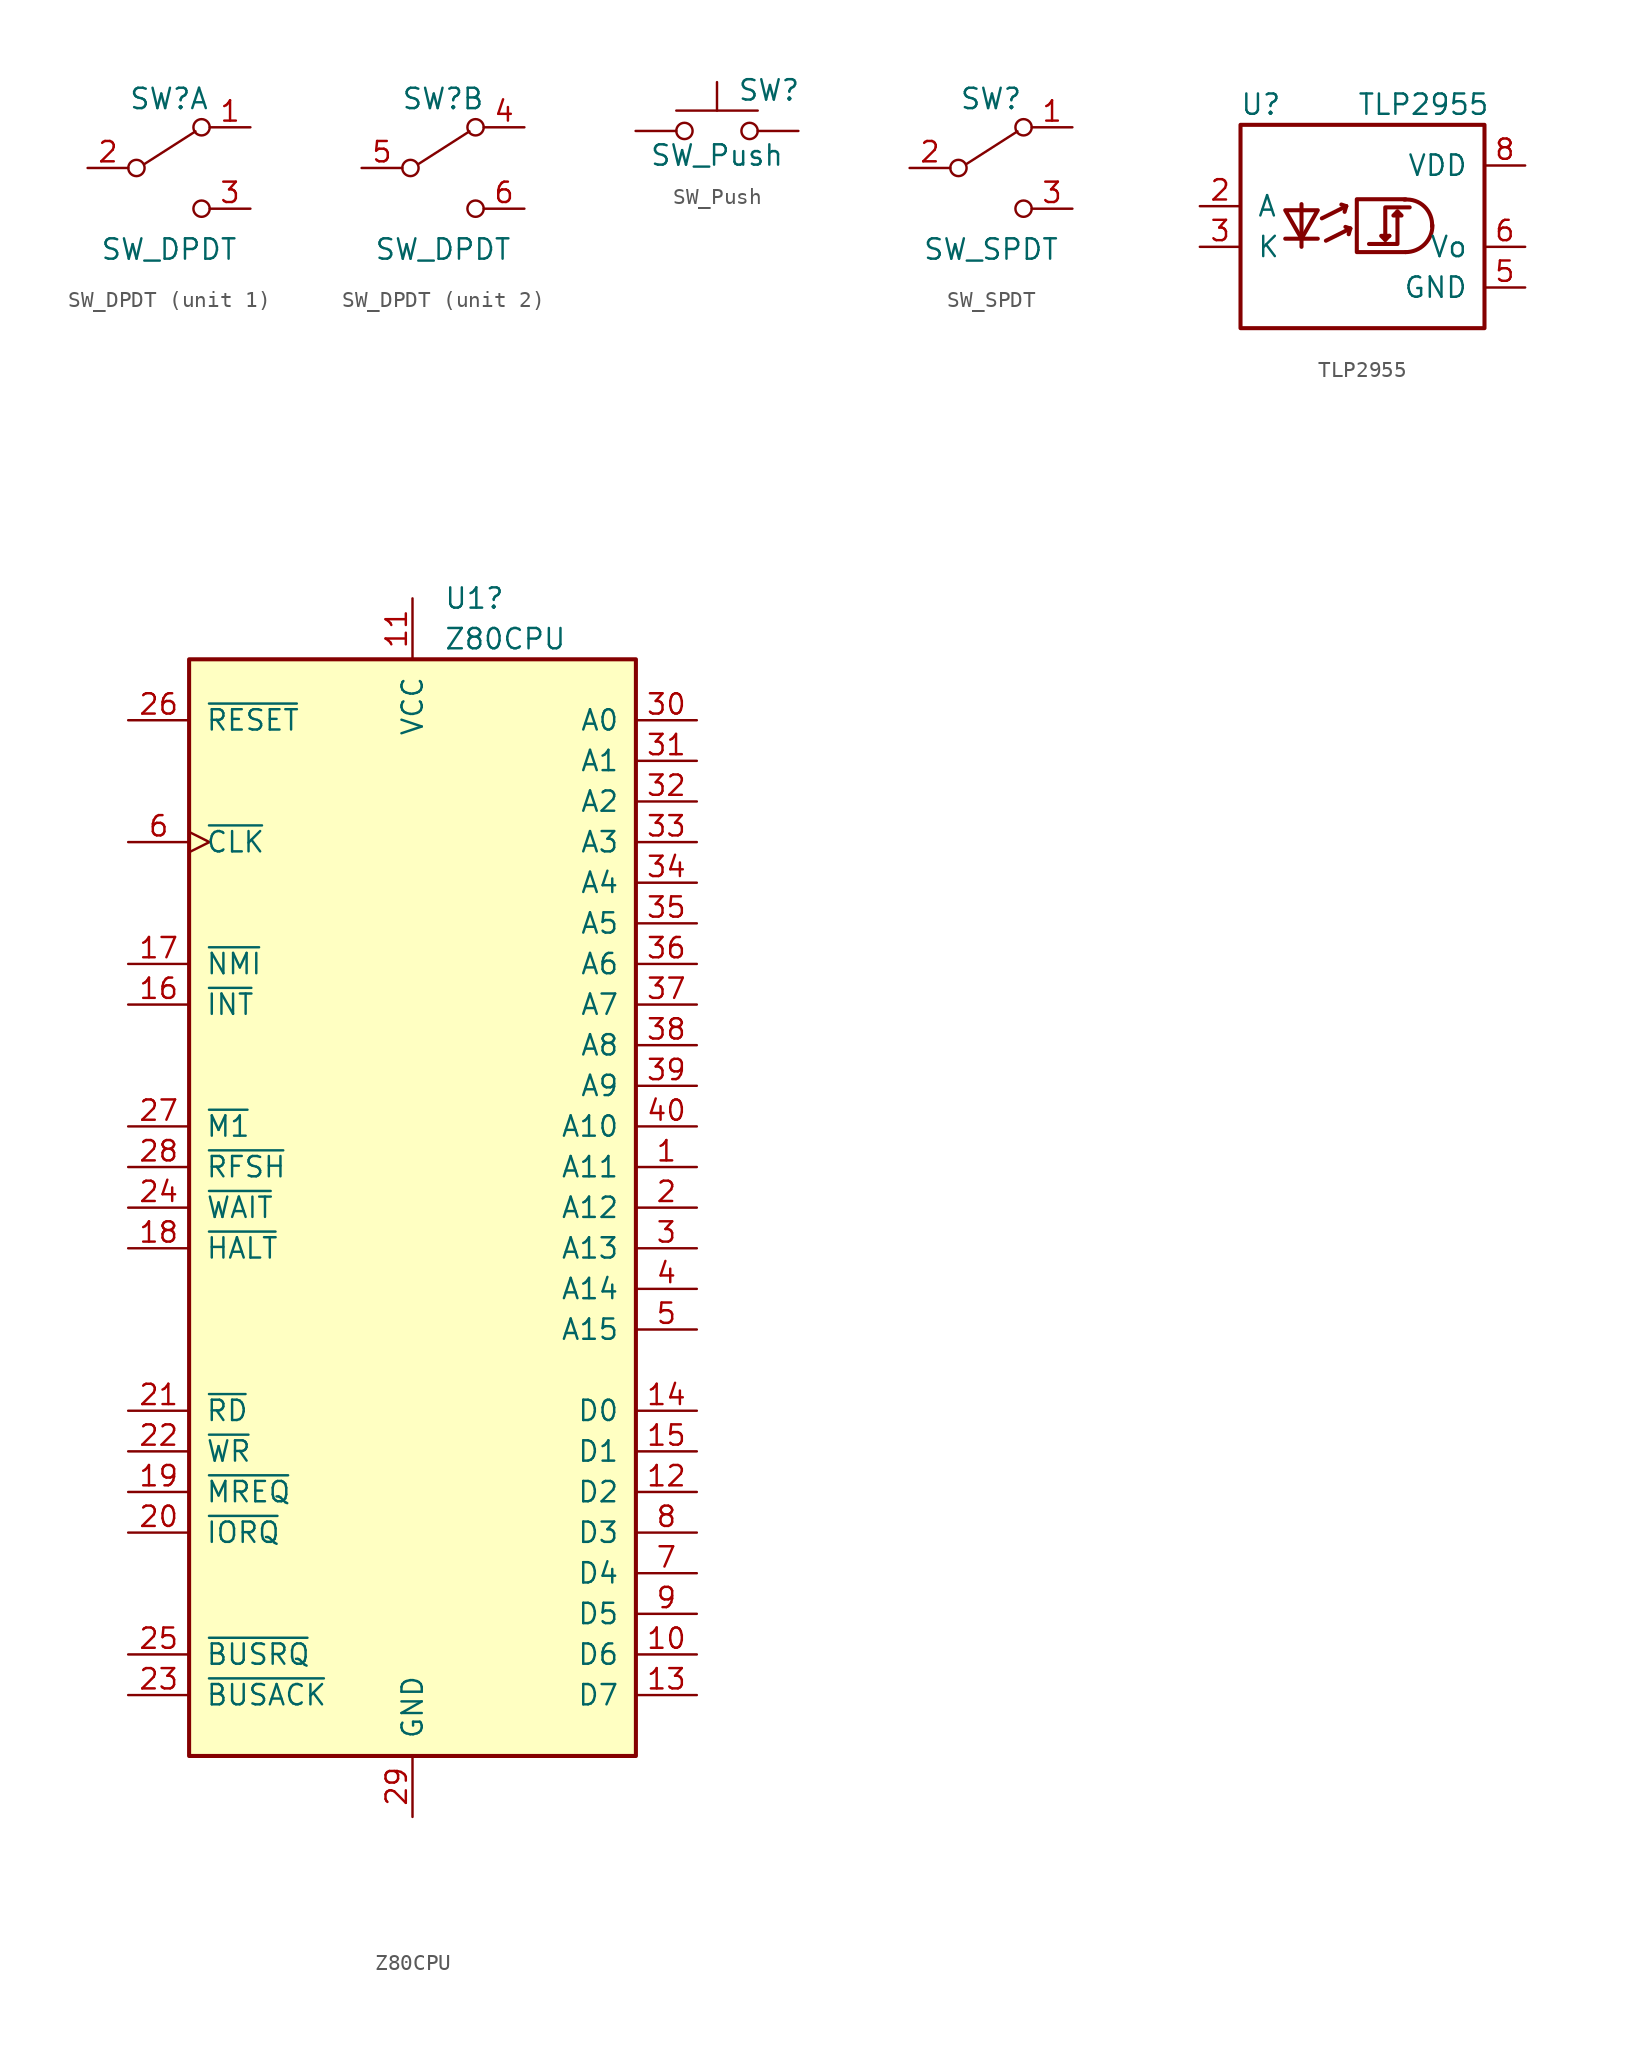
<source format=kicad_sym>
(kicad_symbol_lib
  (version 20241209)
  (generator "kicad_symbol_editor")
  (generator_version "9.0")
  (symbol "SW_DPDT"
    (pin_names
      (offset 0)
      (hide yes))
    (property "Reference" "SW"
      (at 0 4.318 0)
      (effects (font (size 1.27 1.27))))
    (property "Value" "SW_DPDT"
      (at 0 -5.08 0)
      (effects (font (size 1.27 1.27))))
    (symbol "SW_DPDT_0_0"
      (circle (center -2.032 0) (radius 0.508) (stroke (width 0) (type default)) (fill (type none)))
      (circle (center 2.032 -2.54) (radius 0.508) (stroke (width 0) (type default)) (fill (type none))))
    (symbol "SW_DPDT_0_1"
      (polyline (pts (xy -1.524 0.254) (xy 1.651 2.286)) (stroke (width 0) (type default)) (fill (type none)))
      (circle (center 2.032 2.54) (radius 0.508) (stroke (width 0) (type default)) (fill (type none))))
    (symbol "SW_DPDT_1_1"
      (pin passive line (at -5.08 0 0) (length 2.54) (name "B" (effects (font (size 1.27 1.27)))) (number "2" (effects (font (size 1.27 1.27)))))
      (pin passive line (at 5.08 2.54 180) (length 2.54) (name "A" (effects (font (size 1.27 1.27)))) (number "1" (effects (font (size 1.27 1.27)))))
      (pin passive line (at 5.08 -2.54 180) (length 2.54) (name "C" (effects (font (size 1.27 1.27)))) (number "3" (effects (font (size 1.27 1.27))))))
    (symbol "SW_DPDT_2_1"
      (pin passive line (at -5.08 0 0) (length 2.54) (name "B" (effects (font (size 1.27 1.27)))) (number "5" (effects (font (size 1.27 1.27)))))
      (pin passive line (at 5.08 2.54 180) (length 2.54) (name "A" (effects (font (size 1.27 1.27)))) (number "4" (effects (font (size 1.27 1.27)))))
      (pin passive line (at 5.08 -2.54 180) (length 2.54) (name "C" (effects (font (size 1.27 1.27)))) (number "6" (effects (font (size 1.27 1.27)))))))
  (symbol "SW_Push"
    (pin_numbers
      (hide yes))
    (pin_names
      (offset 1.016)
      (hide yes))
    (property "Reference" "SW"
      (at 1.27 2.54 0)
      (effects (font (size 1.27 1.27)) (justify left)))
    (property "Value" "SW_Push"
      (at 0 -1.524 0)
      (effects (font (size 1.27 1.27))))
    (symbol "SW_Push_0_1"
      (circle (center -2.032 0) (radius 0.508) (stroke (width 0) (type default)) (fill (type none)))
      (polyline (pts (xy 0 1.27) (xy 0 3.048)) (stroke (width 0) (type default)) (fill (type none)))
      (circle (center 2.032 0) (radius 0.508) (stroke (width 0) (type default)) (fill (type none)))
      (polyline (pts (xy 2.54 1.27) (xy -2.54 1.27)) (stroke (width 0) (type default)) (fill (type none)))
      (pin passive line (at -5.08 0 0) (length 2.54) (name "1" (effects (font (size 1.27 1.27)))) (number "1" (effects (font (size 1.27 1.27)))))
      (pin passive line (at 5.08 0 180) (length 2.54) (name "2" (effects (font (size 1.27 1.27)))) (number "2" (effects (font (size 1.27 1.27)))))))
  (symbol "SW_SPDT"
    (pin_names
      (offset 0)
      (hide yes))
    (property "Reference" "SW"
      (at 0 4.318 0)
      (effects (font (size 1.27 1.27))))
    (property "Value" "SW_SPDT"
      (at 0 -5.08 0)
      (effects (font (size 1.27 1.27))))
    (symbol "SW_SPDT_0_0"
      (circle (center -2.032 0) (radius 0.508) (stroke (width 0) (type default)) (fill (type none)))
      (circle (center 2.032 -2.54) (radius 0.508) (stroke (width 0) (type default)) (fill (type none))))
    (symbol "SW_SPDT_0_1"
      (polyline (pts (xy -1.524 0.254) (xy 1.651 2.286)) (stroke (width 0) (type default)) (fill (type none)))
      (circle (center 2.032 2.54) (radius 0.508) (stroke (width 0) (type default)) (fill (type none))))
    (symbol "SW_SPDT_1_1"
      (pin passive line (at -5.08 0 0) (length 2.54) (name "B" (effects (font (size 1.27 1.27)))) (number "2" (effects (font (size 1.27 1.27)))))
      (pin passive line (at 5.08 2.54 180) (length 2.54) (name "A" (effects (font (size 1.27 1.27)))) (number "1" (effects (font (size 1.27 1.27)))))
      (pin passive line (at 5.08 -2.54 180) (length 2.54) (name "C" (effects (font (size 1.27 1.27)))) (number "3" (effects (font (size 1.27 1.27)))))))
  (symbol "TLP2955"
    (pin_names
      (offset 1.016))
    (property "Reference" "U"
      (at -6.35 8.89 0)
      (effects (font (size 1.27 1.27))))
    (property "Value" "TLP2955"
      (at 3.81 8.89 0)
      (effects (font (size 1.27 1.27))))
    (symbol "TLP2955_1_1"
      (rectangle (start -7.62 7.62) (end 7.62 -5.08) (stroke (width 0.254) (type default)) (fill (type none)))
      (polyline (pts (xy -4.826 2.286) (xy -2.794 2.286) (xy -3.81 0.508) (xy -4.826 2.286)) (stroke (width 0.254) (type default)) (fill (type none)))
      (polyline (pts (xy -4.826 0.508) (xy -2.794 0.508)) (stroke (width 0.254) (type default)) (fill (type none)))
      (polyline (pts (xy -3.81 2.286) (xy -3.81 2.667)) (stroke (width 0.254) (type default)) (fill (type none)))
      (polyline (pts (xy -3.81 2.286) (xy -3.81 0.508)) (stroke (width 0.254) (type default)) (fill (type none)))
      (polyline (pts (xy -3.81 0.508) (xy -3.81 0)) (stroke (width 0.254) (type default)) (fill (type none)))
      (polyline (pts (xy -2.54 1.778) (xy -1.016 2.54)) (stroke (width 0.254) (type default)) (fill (type none)))
      (polyline (pts (xy -2.286 0.381) (xy -0.762 1.143)) (stroke (width 0.254) (type default)) (fill (type none)))
      (polyline (pts (xy -1.016 2.54) (xy -1.321 2.642)) (stroke (width 0.254) (type default)) (fill (type none)))
      (polyline (pts (xy -1.016 2.54) (xy -1.118 2.184)) (stroke (width 0.254) (type default)) (fill (type none)))
      (polyline (pts (xy -0.762 1.143) (xy -1.067 1.245)) (stroke (width 0.254) (type default)) (fill (type none)))
      (polyline (pts (xy -0.762 1.143) (xy -0.864 0.787)) (stroke (width 0.254) (type default)) (fill (type none)))
      (polyline (pts (xy 1.422 0.432) (xy 1.168 0.686) (xy 1.676 0.686)) (stroke (width 0.254) (type default)) (fill (type none)))
      (polyline (pts (xy 2.184 2.21) (xy 2.184 0.178) (xy 0.406 0.178)) (stroke (width 0.254) (type default)) (fill (type none)))
      (polyline (pts (xy 2.184 2.21) (xy 1.93 1.956) (xy 2.438 1.956) (xy 2.184 2.21)) (stroke (width 0.254) (type default)) (fill (type none)))
      (polyline (pts (xy 2.692 2.972) (xy -0.356 2.972) (xy -0.356 -0.33) (xy 2.692 -0.33)) (stroke (width 0.254) (type default)) (fill (type none)))
      (arc (start 4.3688 1.3462) (mid 3.8795 0.1595) (end 2.6924 -0.3302) (stroke (width 0.254) (type default)) (fill (type none)))
      (arc (start 2.6162 2.9464) (mid 3.8711 2.5113) (end 4.3434 1.27) (stroke (width 0.254) (type default)) (fill (type none)))
      (polyline (pts (xy 2.946 2.464) (xy 1.422 2.464) (xy 1.422 0.432) (xy 1.676 0.686)) (stroke (width 0.254) (type default)) (fill (type none)))
      (pin no_connect line (at -10.16 5.08 0) (length 2.54) (hide yes) (name "NC" (effects (font (size 1.27 1.27)))) (number "1" (effects (font (size 1.27 1.27)))))
      (pin passive line (at -10.16 2.54 0) (length 2.54) (name "A" (effects (font (size 1.27 1.27)))) (number "2" (effects (font (size 1.27 1.27)))))
      (pin passive line (at -10.16 0 0) (length 2.54) (name "K" (effects (font (size 1.27 1.27)))) (number "3" (effects (font (size 1.27 1.27)))))
      (pin no_connect line (at -10.16 -2.54 0) (length 2.54) (hide yes) (name "NC" (effects (font (size 1.27 1.27)))) (number "4" (effects (font (size 1.27 1.27)))))
      (pin power_in line (at 10.16 5.08 180) (length 2.54) (name "VDD" (effects (font (size 1.27 1.27)))) (number "8" (effects (font (size 1.27 1.27)))))
      (pin no_connect line (at 10.16 2.54 180) (length 2.54) (hide yes) (name "NC" (effects (font (size 1.27 1.27)))) (number "7" (effects (font (size 1.27 1.27)))))
      (pin output line (at 10.16 0 180) (length 2.54) (name "Vo" (effects (font (size 1.27 1.27)))) (number "6" (effects (font (size 1.27 1.27)))))
      (pin power_in line (at 10.16 -2.54 180) (length 2.54) (name "GND" (effects (font (size 1.27 1.27)))) (number "5" (effects (font (size 1.27 1.27)))))))
  (symbol "Z80CPU"
    (pin_names
      (offset 1.016))
    (property "Reference" "U1"
      (at 1.956 38.1 0)
      (effects (font (size 1.27 1.27)) (justify left)))
    (property "Value" "Z80CPU"
      (at 1.956 35.56 0)
      (effects (font (size 1.27 1.27)) (justify left)))
    (symbol "Z80CPU_0_1"
      (rectangle (start -13.97 34.29) (end 13.97 -34.29) (stroke (width 0.254) (type default)) (fill (type background))))
    (symbol "Z80CPU_1_1"
      (pin input line (at -17.78 30.48 0) (length 3.81) (name "~{RESET}" (effects (font (size 1.27 1.27)))) (number "26" (effects (font (size 1.27 1.27)))))
      (pin input clock (at -17.78 22.86 0) (length 3.81) (name "~{CLK}" (effects (font (size 1.27 1.27)))) (number "6" (effects (font (size 1.27 1.27)))))
      (pin input line (at -17.78 15.24 0) (length 3.81) (name "~{NMI}" (effects (font (size 1.27 1.27)))) (number "17" (effects (font (size 1.27 1.27)))))
      (pin input line (at -17.78 12.7 0) (length 3.81) (name "~{INT}" (effects (font (size 1.27 1.27)))) (number "16" (effects (font (size 1.27 1.27)))))
      (pin output line (at -17.78 5.08 0) (length 3.81) (name "~{M1}" (effects (font (size 1.27 1.27)))) (number "27" (effects (font (size 1.27 1.27)))))
      (pin output line (at -17.78 2.54 0) (length 3.81) (name "~{RFSH}" (effects (font (size 1.27 1.27)))) (number "28" (effects (font (size 1.27 1.27)))))
      (pin input line (at -17.78 0 0) (length 3.81) (name "~{WAIT}" (effects (font (size 1.27 1.27)))) (number "24" (effects (font (size 1.27 1.27)))))
      (pin output line (at -17.78 -2.54 0) (length 3.81) (name "~{HALT}" (effects (font (size 1.27 1.27)))) (number "18" (effects (font (size 1.27 1.27)))))
      (pin output line (at -17.78 -12.7 0) (length 3.81) (name "~{RD}" (effects (font (size 1.27 1.27)))) (number "21" (effects (font (size 1.27 1.27)))))
      (pin output line (at -17.78 -15.24 0) (length 3.81) (name "~{WR}" (effects (font (size 1.27 1.27)))) (number "22" (effects (font (size 1.27 1.27)))))
      (pin output line (at -17.78 -17.78 0) (length 3.81) (name "~{MREQ}" (effects (font (size 1.27 1.27)))) (number "19" (effects (font (size 1.27 1.27)))))
      (pin output line (at -17.78 -20.32 0) (length 3.81) (name "~{IORQ}" (effects (font (size 1.27 1.27)))) (number "20" (effects (font (size 1.27 1.27)))))
      (pin input line (at -17.78 -27.94 0) (length 3.81) (name "~{BUSRQ}" (effects (font (size 1.27 1.27)))) (number "25" (effects (font (size 1.27 1.27)))))
      (pin output line (at -17.78 -30.48 0) (length 3.81) (name "~{BUSACK}" (effects (font (size 1.27 1.27)))) (number "23" (effects (font (size 1.27 1.27)))))
      (pin power_in line (at 0 38.1 270) (length 3.81) (name "VCC" (effects (font (size 1.27 1.27)))) (number "11" (effects (font (size 1.27 1.27)))))
      (pin power_in line (at 0 -38.1 90) (length 3.81) (name "GND" (effects (font (size 1.27 1.27)))) (number "29" (effects (font (size 1.27 1.27)))))
      (pin output line (at 17.78 30.48 180) (length 3.81) (name "A0" (effects (font (size 1.27 1.27)))) (number "30" (effects (font (size 1.27 1.27)))))
      (pin output line (at 17.78 27.94 180) (length 3.81) (name "A1" (effects (font (size 1.27 1.27)))) (number "31" (effects (font (size 1.27 1.27)))))
      (pin output line (at 17.78 25.4 180) (length 3.81) (name "A2" (effects (font (size 1.27 1.27)))) (number "32" (effects (font (size 1.27 1.27)))))
      (pin output line (at 17.78 22.86 180) (length 3.81) (name "A3" (effects (font (size 1.27 1.27)))) (number "33" (effects (font (size 1.27 1.27)))))
      (pin output line (at 17.78 20.32 180) (length 3.81) (name "A4" (effects (font (size 1.27 1.27)))) (number "34" (effects (font (size 1.27 1.27)))))
      (pin output line (at 17.78 17.78 180) (length 3.81) (name "A5" (effects (font (size 1.27 1.27)))) (number "35" (effects (font (size 1.27 1.27)))))
      (pin output line (at 17.78 15.24 180) (length 3.81) (name "A6" (effects (font (size 1.27 1.27)))) (number "36" (effects (font (size 1.27 1.27)))))
      (pin output line (at 17.78 12.7 180) (length 3.81) (name "A7" (effects (font (size 1.27 1.27)))) (number "37" (effects (font (size 1.27 1.27)))))
      (pin output line (at 17.78 10.16 180) (length 3.81) (name "A8" (effects (font (size 1.27 1.27)))) (number "38" (effects (font (size 1.27 1.27)))))
      (pin output line (at 17.78 7.62 180) (length 3.81) (name "A9" (effects (font (size 1.27 1.27)))) (number "39" (effects (font (size 1.27 1.27)))))
      (pin output line (at 17.78 5.08 180) (length 3.81) (name "A10" (effects (font (size 1.27 1.27)))) (number "40" (effects (font (size 1.27 1.27)))))
      (pin output line (at 17.78 2.54 180) (length 3.81) (name "A11" (effects (font (size 1.27 1.27)))) (number "1" (effects (font (size 1.27 1.27)))))
      (pin output line (at 17.78 0 180) (length 3.81) (name "A12" (effects (font (size 1.27 1.27)))) (number "2" (effects (font (size 1.27 1.27)))))
      (pin output line (at 17.78 -2.54 180) (length 3.81) (name "A13" (effects (font (size 1.27 1.27)))) (number "3" (effects (font (size 1.27 1.27)))))
      (pin output line (at 17.78 -5.08 180) (length 3.81) (name "A14" (effects (font (size 1.27 1.27)))) (number "4" (effects (font (size 1.27 1.27)))))
      (pin output line (at 17.78 -7.62 180) (length 3.81) (name "A15" (effects (font (size 1.27 1.27)))) (number "5" (effects (font (size 1.27 1.27)))))
      (pin bidirectional line (at 17.78 -12.7 180) (length 3.81) (name "D0" (effects (font (size 1.27 1.27)))) (number "14" (effects (font (size 1.27 1.27)))))
      (pin bidirectional line (at 17.78 -15.24 180) (length 3.81) (name "D1" (effects (font (size 1.27 1.27)))) (number "15" (effects (font (size 1.27 1.27)))))
      (pin bidirectional line (at 17.78 -17.78 180) (length 3.81) (name "D2" (effects (font (size 1.27 1.27)))) (number "12" (effects (font (size 1.27 1.27)))))
      (pin bidirectional line (at 17.78 -20.32 180) (length 3.81) (name "D3" (effects (font (size 1.27 1.27)))) (number "8" (effects (font (size 1.27 1.27)))))
      (pin bidirectional line (at 17.78 -22.86 180) (length 3.81) (name "D4" (effects (font (size 1.27 1.27)))) (number "7" (effects (font (size 1.27 1.27)))))
      (pin bidirectional line (at 17.78 -25.4 180) (length 3.81) (name "D5" (effects (font (size 1.27 1.27)))) (number "9" (effects (font (size 1.27 1.27)))))
      (pin bidirectional line (at 17.78 -27.94 180) (length 3.81) (name "D6" (effects (font (size 1.27 1.27)))) (number "10" (effects (font (size 1.27 1.27)))))
      (pin bidirectional line (at 17.78 -30.48 180) (length 3.81) (name "D7" (effects (font (size 1.27 1.27)))) (number "13" (effects (font (size 1.27 1.27))))))))
</source>
